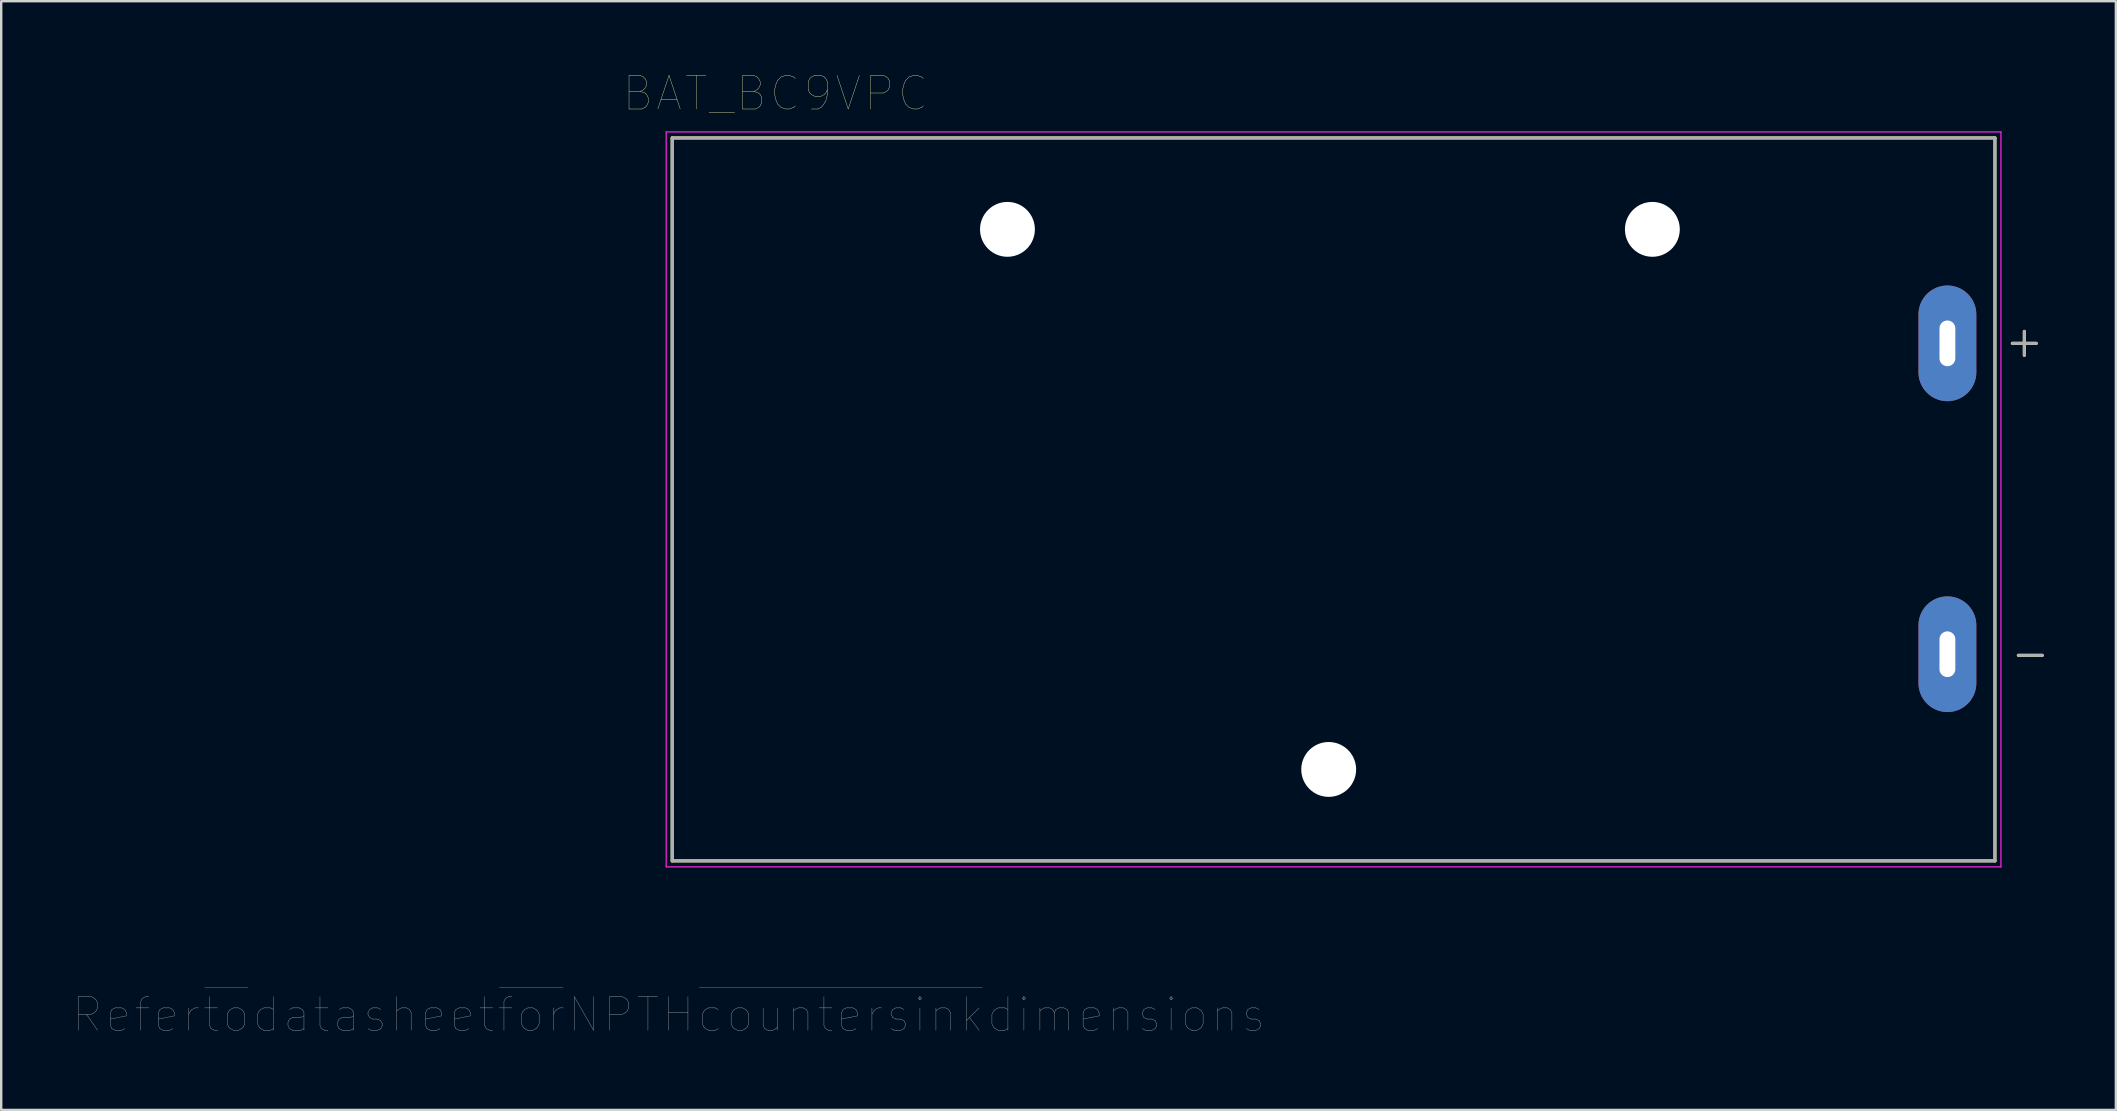
<source format=kicad_pcb>
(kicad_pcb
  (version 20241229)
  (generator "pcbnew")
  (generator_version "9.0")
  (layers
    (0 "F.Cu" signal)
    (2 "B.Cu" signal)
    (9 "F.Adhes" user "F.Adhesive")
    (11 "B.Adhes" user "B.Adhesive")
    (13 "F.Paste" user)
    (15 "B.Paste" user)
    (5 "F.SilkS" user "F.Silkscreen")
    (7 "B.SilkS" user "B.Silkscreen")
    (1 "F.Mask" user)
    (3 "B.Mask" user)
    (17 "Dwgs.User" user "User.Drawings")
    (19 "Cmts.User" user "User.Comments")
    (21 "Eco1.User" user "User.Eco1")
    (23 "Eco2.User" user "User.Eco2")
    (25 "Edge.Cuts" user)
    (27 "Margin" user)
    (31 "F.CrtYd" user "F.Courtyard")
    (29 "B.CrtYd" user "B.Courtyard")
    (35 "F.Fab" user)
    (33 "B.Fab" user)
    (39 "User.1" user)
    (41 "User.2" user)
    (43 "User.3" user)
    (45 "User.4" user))
  (footprint "BAT_BC9VPC"
    (layer "F.Cu")
    (at 52.316 17.734)
    (property "Reference" "BAT_BC9VPC" (at -23.055 -16.889 0) (layer "F.SilkS") (effects (font (size 1.4 1.4) (thickness 0.015))))
    (attr through_hole)
    (fp_line (start -27.356 -15.037) (end -27.356 15.088) (stroke (width 0.127) (type solid)) (layer "F.SilkS"))
    (fp_line (start -27.356 15.088) (end 27.762 15.088) (stroke (width 0.127) (type solid)) (layer "F.SilkS"))
    (fp_line (start 27.762 -15.037) (end -27.356 -15.037) (stroke (width 0.127) (type solid)) (layer "F.SilkS"))
    (fp_line (start 27.762 15.088) (end 27.762 -15.037) (stroke (width 0.127) (type solid)) (layer "F.SilkS"))
    (fp_line (start 28.487 -6.477) (end 29.487 -6.477) (stroke (width 0.127) (type solid)) (layer "F.SilkS"))
    (fp_line (start 28.737 6.523) (end 29.737 6.523) (stroke (width 0.127) (type solid)) (layer "F.SilkS"))
    (fp_line (start 28.987 -5.977) (end 28.987 -6.977) (stroke (width 0.127) (type solid)) (layer "F.SilkS"))
    (fp_line (start -27.606 -15.287) (end 28.012 -15.287) (stroke (width 0.05) (type solid)) (layer "F.CrtYd"))
    (fp_line (start -27.606 15.338) (end -27.606 -15.287) (stroke (width 0.05) (type solid)) (layer "F.CrtYd"))
    (fp_line (start 28.012 -15.287) (end 28.012 15.338) (stroke (width 0.05) (type solid)) (layer "F.CrtYd"))
    (fp_line (start 28.012 15.338) (end -27.606 15.338) (stroke (width 0.05) (type solid)) (layer "F.CrtYd"))
    (fp_line (start -27.356 -15.037) (end -27.356 15.088) (stroke (width 0.127) (type solid)) (layer "F.Fab"))
    (fp_line (start -27.356 15.088) (end 27.762 15.088) (stroke (width 0.127) (type solid)) (layer "F.Fab"))
    (fp_line (start 27.762 -15.037) (end -27.356 -15.037) (stroke (width 0.127) (type solid)) (layer "F.Fab"))
    (fp_line (start 27.762 15.088) (end 27.762 -15.037) (stroke (width 0.127) (type solid)) (layer "F.Fab"))
    (fp_line (start 28.487 -6.477) (end 29.487 -6.477) (stroke (width 0.127) (type solid)) (layer "F.Fab"))
    (fp_line (start 28.737 6.523) (end 29.737 6.523) (stroke (width 0.127) (type solid)) (layer "F.Fab"))
    (fp_line (start 28.987 -5.977) (end 28.987 -6.977) (stroke (width 0.127) (type solid)) (layer "F.Fab"))
    (fp_text user "Refer~{to}datasheet~{for}NPTH~{countersink}dimensions" (at -27.5 21.5 0) (layer "F.Fab") (effects (font (size 1.4 1.4) (thickness 0.015))))
    (pad "" np_thru_hole circle (at -13.386 -11.227) (size 2.286 2.286) (drill 2.286) (layers "*.Cu" "*.Mask"))
    (pad "" np_thru_hole circle (at 0 11.278) (size 2.286 2.286) (drill 2.286) (layers "*.Cu" "*.Mask"))
    (pad "" np_thru_hole circle (at 13.487 -11.227) (size 2.286 2.286) (drill 2.286) (layers "*.Cu" "*.Mask"))
    (pad "N" thru_hole oval (at 25.781 6.477) (size 2.41 4.82) (drill oval 0.66 1.905) (layers "*.Cu" "*.Mask"))
    (pad "P" thru_hole oval (at 25.781 -6.477) (size 2.41 4.82) (drill oval 0.66 1.905) (layers "*.Cu" "*.Mask")))
  (gr_rect
    (start -3 -3)
    (end 85.117 43.2)
    (stroke (width 0.1) (type default))
    (fill no)
    (layer "Edge.Cuts")))
</source>
